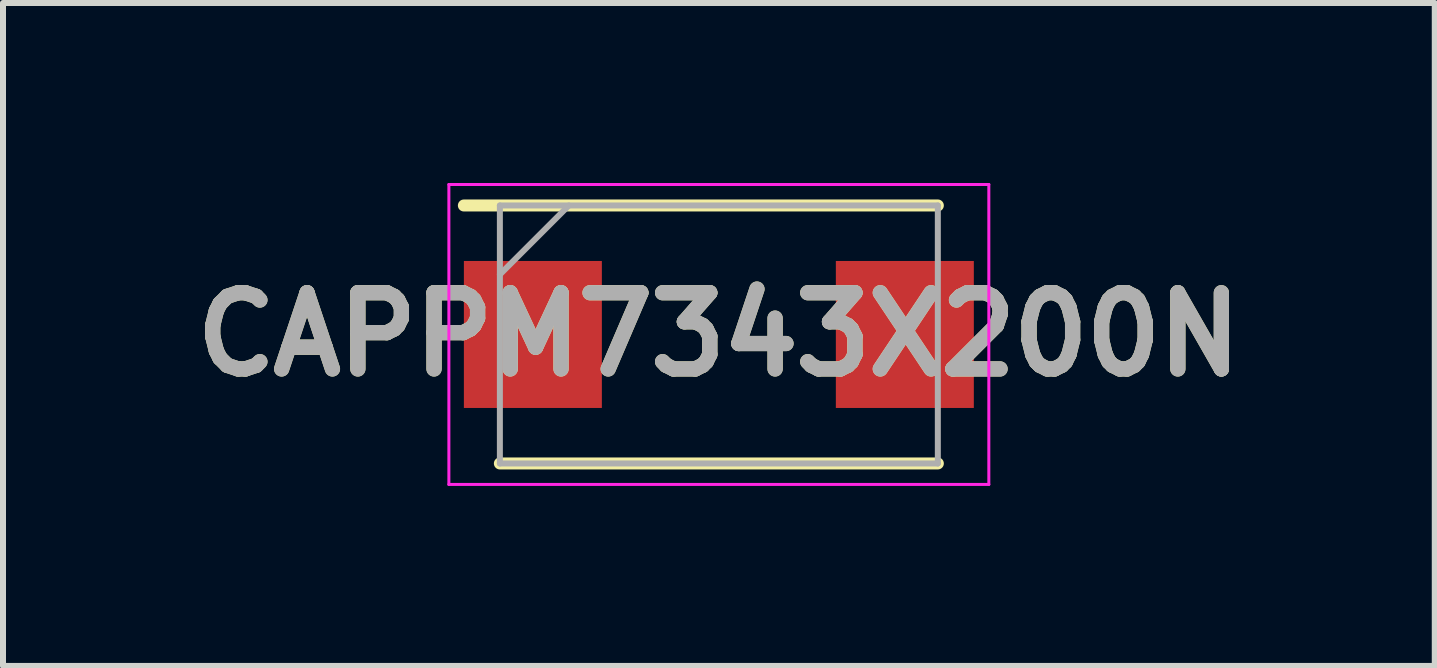
<source format=kicad_pcb>
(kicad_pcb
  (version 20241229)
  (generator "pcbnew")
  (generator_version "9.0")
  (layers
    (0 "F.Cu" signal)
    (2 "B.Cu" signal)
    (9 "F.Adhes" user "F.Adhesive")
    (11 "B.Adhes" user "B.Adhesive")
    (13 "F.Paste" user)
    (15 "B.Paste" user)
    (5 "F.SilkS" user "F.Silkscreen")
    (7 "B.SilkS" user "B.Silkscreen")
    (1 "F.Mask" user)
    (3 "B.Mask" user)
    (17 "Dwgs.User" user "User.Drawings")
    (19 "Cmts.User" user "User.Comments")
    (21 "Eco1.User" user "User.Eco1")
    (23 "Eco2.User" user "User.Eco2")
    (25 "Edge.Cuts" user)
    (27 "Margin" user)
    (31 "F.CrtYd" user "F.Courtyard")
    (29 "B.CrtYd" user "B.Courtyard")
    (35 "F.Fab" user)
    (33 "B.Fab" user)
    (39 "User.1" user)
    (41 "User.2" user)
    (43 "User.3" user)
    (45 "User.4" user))
  (footprint "CAPPM7343X200N"
    (layer "F.Cu")
    (at 8.932 2.525)
    (property "Reference" "CAPPM7343X200N" (at 0 0 0) (layer "F.SilkS") (effects (font (size 1.27 1.27) (thickness 0.254))))
    (attr smd)
    (fp_line (start -3.65 2.15) (end 3.65 2.15) (stroke (width 0.2) (type solid)) (layer "F.SilkS"))
    (fp_line (start 3.65 -2.15) (end -4.25 -2.15) (stroke (width 0.2) (type solid)) (layer "F.SilkS"))
    (fp_line (start -4.5 -2.5) (end 4.5 -2.5) (stroke (width 0.05) (type solid)) (layer "F.CrtYd"))
    (fp_line (start -4.5 2.5) (end -4.5 -2.5) (stroke (width 0.05) (type solid)) (layer "F.CrtYd"))
    (fp_line (start 4.5 -2.5) (end 4.5 2.5) (stroke (width 0.05) (type solid)) (layer "F.CrtYd"))
    (fp_line (start 4.5 2.5) (end -4.5 2.5) (stroke (width 0.05) (type solid)) (layer "F.CrtYd"))
    (fp_line (start -3.65 -2.15) (end 3.65 -2.15) (stroke (width 0.1) (type solid)) (layer "F.Fab"))
    (fp_line (start -3.65 -1) (end -2.5 -2.15) (stroke (width 0.1) (type solid)) (layer "F.Fab"))
    (fp_line (start -3.65 2.15) (end -3.65 -2.15) (stroke (width 0.1) (type solid)) (layer "F.Fab"))
    (fp_line (start 3.65 -2.15) (end 3.65 2.15) (stroke (width 0.1) (type solid)) (layer "F.Fab"))
    (fp_line (start 3.65 2.15) (end -3.65 2.15) (stroke (width 0.1) (type solid)) (layer "F.Fab"))
    (fp_text user "${REFERENCE}" (at 0 0 0) (layer "F.Fab") (effects (font (size 1.27 1.27) (thickness 0.254))))
    (pad "1" smd rect (at -3.1 0) (size 2.3 2.45) (layers "F.Cu" "F.Mask" "F.Paste"))
    (pad "2" smd rect (at 3.1 0) (size 2.3 2.45) (layers "F.Cu" "F.Mask" "F.Paste")))
  (gr_rect
    (start -3 -3)
    (end 20.865 8.05)
    (stroke (width 0.1) (type default))
    (fill no)
    (layer "Edge.Cuts")))
</source>
